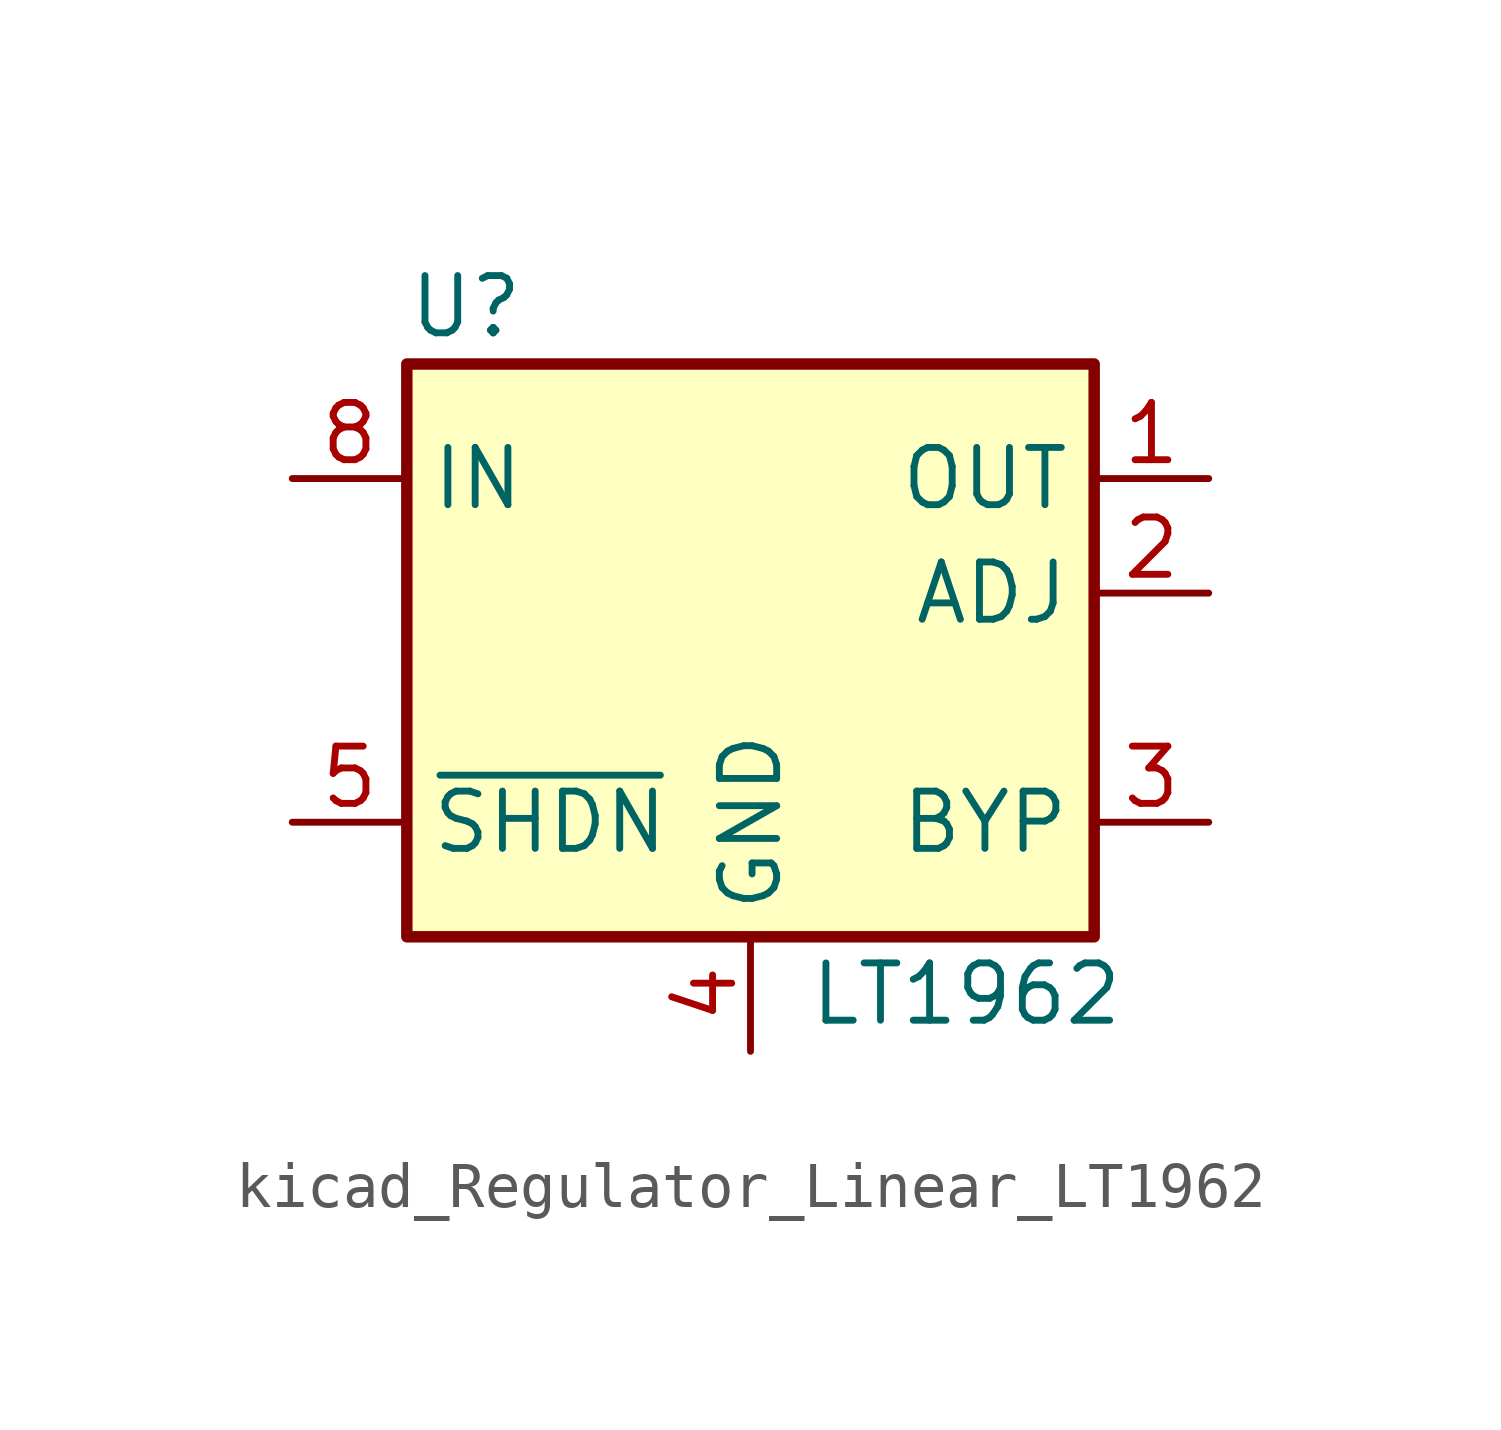
<source format=kicad_sym>
(kicad_symbol_lib
  (version 20220914)
  (generator kicad_symbol_editor)
  (symbol "kicad_Regulator_Linear_LT1962"
    (property "Reference" "U"
      (at -7.62 8.89 0)
      (effects (font (size 1.27 1.27)) (justify left)))
    (property "Value" "LT1962"
      (at 1.27 -6.35 0)
      (effects (font (size 1.27 1.27)) (justify left)))
    (symbol "kicad_Regulator_Linear_LT1962_0_1"
      (rectangle (start -7.62 7.62) (end 7.62 -5.08) (stroke (width 0.254) (type default)) (fill (type background))))
    (symbol "kicad_Regulator_Linear_LT1962_1_1"
      (pin power_out line (at 10.16 5.08 180) (length 2.54) (name "OUT" (effects (font (size 1.27 1.27)))) (number "1" (effects (font (size 1.27 1.27)))))
      (pin input line (at 10.16 2.54 180) (length 2.54) (name "ADJ" (effects (font (size 1.27 1.27)))) (number "2" (effects (font (size 1.27 1.27)))))
      (pin passive line (at 10.16 -2.54 180) (length 2.54) (name "BYP" (effects (font (size 1.27 1.27)))) (number "3" (effects (font (size 1.27 1.27)))))
      (pin power_in line (at 0 -7.62 90) (length 2.54) (name "GND" (effects (font (size 1.27 1.27)))) (number "4" (effects (font (size 1.27 1.27)))))
      (pin input line (at -10.16 -2.54 0) (length 2.54) (name "~{SHDN}" (effects (font (size 1.27 1.27)))) (number "5" (effects (font (size 1.27 1.27)))))
      (pin no_connect line (at 2.54 5.08 90) (length 2.54) hide (name "NC" (effects (font (size 1.27 1.27)))) (number "6" (effects (font (size 1.27 1.27)))))
      (pin no_connect line (at 2.54 2.54 90) (length 2.54) hide (name "NC" (effects (font (size 1.27 1.27)))) (number "7" (effects (font (size 1.27 1.27)))))
      (pin power_in line (at -10.16 5.08 0) (length 2.54) (name "IN" (effects (font (size 1.27 1.27)))) (number "8" (effects (font (size 1.27 1.27))))))))
</source>
